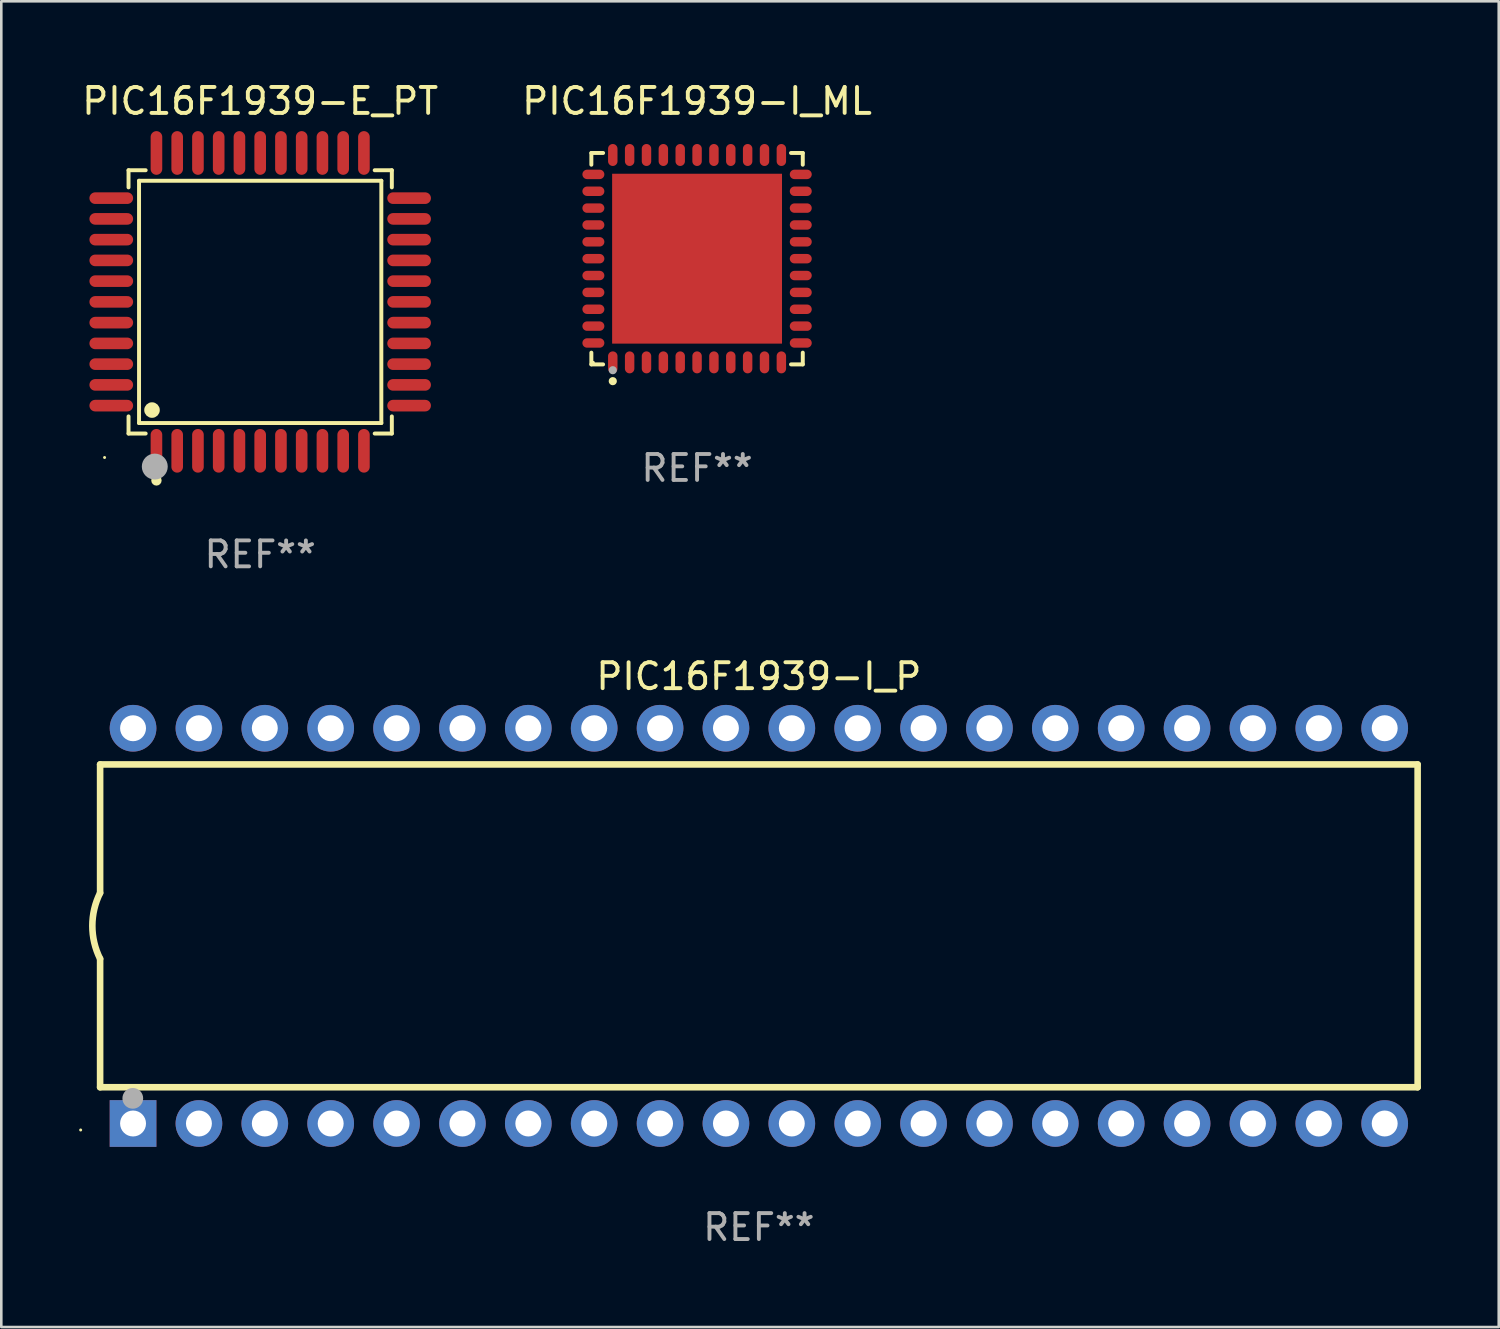
<source format=kicad_pcb>
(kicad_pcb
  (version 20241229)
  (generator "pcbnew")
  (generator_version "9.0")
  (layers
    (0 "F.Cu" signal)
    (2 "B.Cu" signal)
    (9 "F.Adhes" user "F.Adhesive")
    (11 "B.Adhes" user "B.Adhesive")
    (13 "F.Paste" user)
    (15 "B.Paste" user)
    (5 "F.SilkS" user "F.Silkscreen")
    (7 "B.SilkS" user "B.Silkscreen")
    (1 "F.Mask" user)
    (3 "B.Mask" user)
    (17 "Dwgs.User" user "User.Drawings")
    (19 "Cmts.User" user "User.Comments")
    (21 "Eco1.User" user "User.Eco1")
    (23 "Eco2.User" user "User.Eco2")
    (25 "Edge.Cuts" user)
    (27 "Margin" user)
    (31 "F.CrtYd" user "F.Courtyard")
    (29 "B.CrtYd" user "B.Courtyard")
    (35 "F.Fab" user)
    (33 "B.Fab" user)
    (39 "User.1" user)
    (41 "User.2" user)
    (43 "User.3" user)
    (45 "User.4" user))
  (footprint "PIC16F1939-I_ML"
    (layer "F.Cu")
    (at 23.827 6.924)
    (property "Reference" "PIC16F1939-I_ML" (at 0 -6.076 0) (layer "F.SilkS") (effects (font (size 1 1) (thickness 0.15))))
    (attr through_hole)
    (fp_line (start -4.076 -4.076) (end -3.623 -4.076) (stroke (width 0.152) (type solid)) (layer "F.SilkS"))
    (fp_line (start -4.076 -3.623) (end -4.076 -4.076) (stroke (width 0.152) (type solid)) (layer "F.SilkS"))
    (fp_line (start -4.076 3.623) (end -4.076 4.076) (stroke (width 0.152) (type solid)) (layer "F.SilkS"))
    (fp_line (start -4.076 4.076) (end -3.623 4.076) (stroke (width 0.152) (type solid)) (layer "F.SilkS"))
    (fp_line (start 4.076 -4.076) (end 3.623 -4.076) (stroke (width 0.152) (type solid)) (layer "F.SilkS"))
    (fp_line (start 4.076 -3.623) (end 4.076 -4.076) (stroke (width 0.152) (type solid)) (layer "F.SilkS"))
    (fp_line (start 4.076 3.623) (end 4.076 4.076) (stroke (width 0.152) (type solid)) (layer "F.SilkS"))
    (fp_line (start 4.076 4.076) (end 3.623 4.076) (stroke (width 0.152) (type solid)) (layer "F.SilkS"))
    (fp_circle (center -4 4) (end -3.97 4) (stroke (width 0.06) (type solid)) (fill no) (layer "F.SilkS"))
    (fp_circle (center -3.25 4.722) (end -3.171 4.722) (stroke (width 0.158) (type solid)) (fill no) (layer "F.SilkS"))
    (fp_circle (center -3.25 4.3) (end -3.171 4.3) (stroke (width 0.158) (type solid)) (fill no) (layer "F.Fab"))
    (fp_text user "REF**" (at 0 8.076 0) (layer "F.Fab") (effects (font (size 1 1) (thickness 0.15))))
    (pad "1" smd oval (at -3.25 3.998) (size 0.364 0.847) (layers "F.Cu" "F.Mask" "F.Paste"))
    (pad "2" smd oval (at -2.6 3.998) (size 0.364 0.847) (layers "F.Cu" "F.Mask" "F.Paste"))
    (pad "3" smd oval (at -1.95 3.998) (size 0.364 0.847) (layers "F.Cu" "F.Mask" "F.Paste"))
    (pad "4" smd oval (at -1.3 3.998) (size 0.364 0.847) (layers "F.Cu" "F.Mask" "F.Paste"))
    (pad "5" smd oval (at -0.65 3.998) (size 0.364 0.847) (layers "F.Cu" "F.Mask" "F.Paste"))
    (pad "6" smd oval (at 0 3.998) (size 0.364 0.847) (layers "F.Cu" "F.Mask" "F.Paste"))
    (pad "7" smd oval (at 0.65 3.998) (size 0.364 0.847) (layers "F.Cu" "F.Mask" "F.Paste"))
    (pad "8" smd oval (at 1.3 3.998) (size 0.364 0.847) (layers "F.Cu" "F.Mask" "F.Paste"))
    (pad "9" smd oval (at 1.95 3.998) (size 0.364 0.847) (layers "F.Cu" "F.Mask" "F.Paste"))
    (pad "10" smd oval (at 2.6 3.998) (size 0.364 0.847) (layers "F.Cu" "F.Mask" "F.Paste"))
    (pad "11" smd oval (at 3.25 3.998) (size 0.364 0.847) (layers "F.Cu" "F.Mask" "F.Paste"))
    (pad "12" smd oval (at 3.998 3.25) (size 0.847 0.364) (layers "F.Cu" "F.Mask" "F.Paste"))
    (pad "13" smd oval (at 3.998 2.6) (size 0.847 0.364) (layers "F.Cu" "F.Mask" "F.Paste"))
    (pad "14" smd oval (at 3.998 1.95) (size 0.847 0.364) (layers "F.Cu" "F.Mask" "F.Paste"))
    (pad "15" smd oval (at 3.998 1.3) (size 0.847 0.364) (layers "F.Cu" "F.Mask" "F.Paste"))
    (pad "16" smd oval (at 3.998 0.65) (size 0.847 0.364) (layers "F.Cu" "F.Mask" "F.Paste"))
    (pad "17" smd oval (at 3.998 0) (size 0.847 0.364) (layers "F.Cu" "F.Mask" "F.Paste"))
    (pad "18" smd oval (at 3.998 -0.65) (size 0.847 0.364) (layers "F.Cu" "F.Mask" "F.Paste"))
    (pad "19" smd oval (at 3.998 -1.3) (size 0.847 0.364) (layers "F.Cu" "F.Mask" "F.Paste"))
    (pad "20" smd oval (at 3.998 -1.95) (size 0.847 0.364) (layers "F.Cu" "F.Mask" "F.Paste"))
    (pad "21" smd oval (at 3.998 -2.6) (size 0.847 0.364) (layers "F.Cu" "F.Mask" "F.Paste"))
    (pad "22" smd oval (at 3.998 -3.25) (size 0.847 0.364) (layers "F.Cu" "F.Mask" "F.Paste"))
    (pad "23" smd oval (at 3.25 -3.998) (size 0.364 0.847) (layers "F.Cu" "F.Mask" "F.Paste"))
    (pad "24" smd oval (at 2.6 -3.998) (size 0.364 0.847) (layers "F.Cu" "F.Mask" "F.Paste"))
    (pad "25" smd oval (at 1.95 -3.998) (size 0.364 0.847) (layers "F.Cu" "F.Mask" "F.Paste"))
    (pad "26" smd oval (at 1.3 -3.998) (size 0.364 0.847) (layers "F.Cu" "F.Mask" "F.Paste"))
    (pad "27" smd oval (at 0.65 -3.998) (size 0.364 0.847) (layers "F.Cu" "F.Mask" "F.Paste"))
    (pad "28" smd oval (at 0 -3.998) (size 0.364 0.847) (layers "F.Cu" "F.Mask" "F.Paste"))
    (pad "29" smd oval (at -0.65 -3.998) (size 0.364 0.847) (layers "F.Cu" "F.Mask" "F.Paste"))
    (pad "30" smd oval (at -1.3 -3.998) (size 0.364 0.847) (layers "F.Cu" "F.Mask" "F.Paste"))
    (pad "31" smd oval (at -1.95 -3.998) (size 0.364 0.847) (layers "F.Cu" "F.Mask" "F.Paste"))
    (pad "32" smd oval (at -2.6 -3.998) (size 0.364 0.847) (layers "F.Cu" "F.Mask" "F.Paste"))
    (pad "33" smd oval (at -3.25 -3.998) (size 0.364 0.847) (layers "F.Cu" "F.Mask" "F.Paste"))
    (pad "34" smd oval (at -3.998 -3.25) (size 0.847 0.364) (layers "F.Cu" "F.Mask" "F.Paste"))
    (pad "35" smd oval (at -3.998 -2.6) (size 0.847 0.364) (layers "F.Cu" "F.Mask" "F.Paste"))
    (pad "36" smd oval (at -3.998 -1.95) (size 0.847 0.364) (layers "F.Cu" "F.Mask" "F.Paste"))
    (pad "37" smd oval (at -3.998 -1.3) (size 0.847 0.364) (layers "F.Cu" "F.Mask" "F.Paste"))
    (pad "38" smd oval (at -3.998 -0.65) (size 0.847 0.364) (layers "F.Cu" "F.Mask" "F.Paste"))
    (pad "39" smd oval (at -3.998 0) (size 0.847 0.364) (layers "F.Cu" "F.Mask" "F.Paste"))
    (pad "40" smd oval (at -3.998 0.65) (size 0.847 0.364) (layers "F.Cu" "F.Mask" "F.Paste"))
    (pad "41" smd oval (at -3.998 1.3) (size 0.847 0.364) (layers "F.Cu" "F.Mask" "F.Paste"))
    (pad "42" smd oval (at -3.998 1.95) (size 0.847 0.364) (layers "F.Cu" "F.Mask" "F.Paste"))
    (pad "43" smd oval (at -3.998 2.6) (size 0.847 0.364) (layers "F.Cu" "F.Mask" "F.Paste"))
    (pad "44" smd oval (at -3.998 3.25) (size 0.847 0.364) (layers "F.Cu" "F.Mask" "F.Paste"))
    (pad "45" smd rect (at 0 0) (size 6.55 6.55) (layers "F.Cu" "F.Mask" "F.Paste")))
  (footprint "PIC16F1939-I_P"
    (layer "F.Cu")
    (at 26.21 32.649)
    (property "Reference" "PIC16F1939-I_P" (at 0 -9.62 0) (layer "F.SilkS") (effects (font (size 1 1) (thickness 0.15))))
    (attr through_hole)
    (fp_line (start -25.4 -6.224) (end -25.4 -1.271) (stroke (width 0.254) (type solid)) (layer "F.SilkS"))
    (fp_line (start -25.4 -6.224) (end 25.4 -6.224) (stroke (width 0.254) (type solid)) (layer "F.SilkS"))
    (fp_line (start -25.4 1.269) (end -25.4 6.222) (stroke (width 0.254) (type solid)) (layer "F.SilkS"))
    (fp_line (start -25.4 6.222) (end 25.4 6.222) (stroke (width 0.254) (type solid)) (layer "F.SilkS"))
    (fp_line (start 25.4 6.222) (end 25.4 -6.224) (stroke (width 0.254) (type solid)) (layer "F.SilkS"))
    (fp_arc (start -25.4 1.269241) (mid -25.699807 -0.000762) (end -25.4 -1.270765) (stroke (width 0.254001) (type solid)) (layer "F.SilkS"))
    (fp_circle (center -26.15 7.87) (end -26.12 7.87) (stroke (width 0.06) (type solid)) (fill no) (layer "F.SilkS"))
    (fp_circle (center -24.14 6.65) (end -23.94 6.65) (stroke (width 0.4) (type solid)) (fill no) (layer "F.Fab"))
    (fp_text user "REF**" (at 0 11.62 0) (layer "F.Fab") (effects (font (size 1 1) (thickness 0.15))))
    (pad "1" thru_hole rect (at -24.13 7.62 90) (size 1.8 1.8) (drill 1) (layers "*.Cu" "*.Mask"))
    (pad "2" thru_hole circle (at -21.59 7.62) (size 1.8 1.8) (drill 1) (layers "*.Cu" "*.Mask"))
    (pad "3" thru_hole circle (at -19.05 7.62) (size 1.8 1.8) (drill 1) (layers "*.Cu" "*.Mask"))
    (pad "4" thru_hole circle (at -16.51 7.62) (size 1.8 1.8) (drill 1) (layers "*.Cu" "*.Mask"))
    (pad "5" thru_hole circle (at -13.97 7.62) (size 1.8 1.8) (drill 1) (layers "*.Cu" "*.Mask"))
    (pad "6" thru_hole circle (at -11.43 7.62) (size 1.8 1.8) (drill 1) (layers "*.Cu" "*.Mask"))
    (pad "7" thru_hole circle (at -8.89 7.62) (size 1.8 1.8) (drill 1) (layers "*.Cu" "*.Mask"))
    (pad "8" thru_hole circle (at -6.35 7.62) (size 1.8 1.8) (drill 1) (layers "*.Cu" "*.Mask"))
    (pad "9" thru_hole circle (at -3.81 7.62) (size 1.8 1.8) (drill 1) (layers "*.Cu" "*.Mask"))
    (pad "10" thru_hole circle (at -1.27 7.62) (size 1.8 1.8) (drill 1) (layers "*.Cu" "*.Mask"))
    (pad "11" thru_hole circle (at 1.27 7.62) (size 1.8 1.8) (drill 1) (layers "*.Cu" "*.Mask"))
    (pad "12" thru_hole circle (at 3.81 7.62) (size 1.8 1.8) (drill 1) (layers "*.Cu" "*.Mask"))
    (pad "13" thru_hole circle (at 6.35 7.62) (size 1.8 1.8) (drill 1) (layers "*.Cu" "*.Mask"))
    (pad "14" thru_hole circle (at 8.89 7.62) (size 1.8 1.8) (drill 1) (layers "*.Cu" "*.Mask"))
    (pad "15" thru_hole circle (at 11.43 7.62) (size 1.8 1.8) (drill 1) (layers "*.Cu" "*.Mask"))
    (pad "16" thru_hole circle (at 13.97 7.62) (size 1.8 1.8) (drill 1) (layers "*.Cu" "*.Mask"))
    (pad "17" thru_hole circle (at 16.51 7.62) (size 1.8 1.8) (drill 1) (layers "*.Cu" "*.Mask"))
    (pad "18" thru_hole circle (at 19.05 7.62) (size 1.8 1.8) (drill 1) (layers "*.Cu" "*.Mask"))
    (pad "19" thru_hole circle (at 21.59 7.62) (size 1.8 1.8) (drill 1) (layers "*.Cu" "*.Mask"))
    (pad "20" thru_hole circle (at 24.13 7.62) (size 1.8 1.8) (drill 1) (layers "*.Cu" "*.Mask"))
    (pad "21" thru_hole circle (at 24.13 -7.62) (size 1.8 1.8) (drill 1) (layers "*.Cu" "*.Mask"))
    (pad "22" thru_hole circle (at 21.59 -7.62) (size 1.8 1.8) (drill 1) (layers "*.Cu" "*.Mask"))
    (pad "23" thru_hole circle (at 19.05 -7.62) (size 1.8 1.8) (drill 1) (layers "*.Cu" "*.Mask"))
    (pad "24" thru_hole circle (at 16.51 -7.62) (size 1.8 1.8) (drill 1) (layers "*.Cu" "*.Mask"))
    (pad "25" thru_hole circle (at 13.97 -7.62) (size 1.8 1.8) (drill 1) (layers "*.Cu" "*.Mask"))
    (pad "26" thru_hole circle (at 11.43 -7.62) (size 1.8 1.8) (drill 1) (layers "*.Cu" "*.Mask"))
    (pad "27" thru_hole circle (at 8.89 -7.62) (size 1.8 1.8) (drill 1) (layers "*.Cu" "*.Mask"))
    (pad "28" thru_hole circle (at 6.35 -7.62) (size 1.8 1.8) (drill 1) (layers "*.Cu" "*.Mask"))
    (pad "29" thru_hole circle (at 3.81 -7.62) (size 1.8 1.8) (drill 1) (layers "*.Cu" "*.Mask"))
    (pad "30" thru_hole circle (at 1.27 -7.62) (size 1.8 1.8) (drill 1) (layers "*.Cu" "*.Mask"))
    (pad "31" thru_hole circle (at -1.27 -7.62) (size 1.8 1.8) (drill 1) (layers "*.Cu" "*.Mask"))
    (pad "32" thru_hole circle (at -3.81 -7.62) (size 1.8 1.8) (drill 1) (layers "*.Cu" "*.Mask"))
    (pad "33" thru_hole circle (at -6.35 -7.62) (size 1.8 1.8) (drill 1) (layers "*.Cu" "*.Mask"))
    (pad "34" thru_hole circle (at -8.89 -7.62) (size 1.8 1.8) (drill 1) (layers "*.Cu" "*.Mask"))
    (pad "35" thru_hole circle (at -11.43 -7.62) (size 1.8 1.8) (drill 1) (layers "*.Cu" "*.Mask"))
    (pad "36" thru_hole circle (at -13.97 -7.62) (size 1.8 1.8) (drill 1) (layers "*.Cu" "*.Mask"))
    (pad "37" thru_hole circle (at -16.51 -7.62) (size 1.8 1.8) (drill 1) (layers "*.Cu" "*.Mask"))
    (pad "38" thru_hole circle (at -19.05 -7.62) (size 1.8 1.8) (drill 1) (layers "*.Cu" "*.Mask"))
    (pad "39" thru_hole circle (at -21.59 -7.62) (size 1.8 1.8) (drill 1) (layers "*.Cu" "*.Mask"))
    (pad "40" thru_hole circle (at -24.13 -7.62) (size 1.8 1.8) (drill 1) (layers "*.Cu" "*.Mask")))
  (footprint "PIC16F1939-E_PT"
    (layer "F.Cu")
    (at 6.982 8.59)
    (property "Reference" "PIC16F1939-E_PT" (at 0 -7.742 0) (layer "F.SilkS") (effects (font (size 1 1) (thickness 0.15))))
    (attr through_hole)
    (fp_line (start -5.076 -5.076) (end -4.415 -5.076) (stroke (width 0.152) (type solid)) (layer "F.SilkS"))
    (fp_line (start -5.076 -4.415) (end -5.076 -5.076) (stroke (width 0.152) (type solid)) (layer "F.SilkS"))
    (fp_line (start -5.076 4.415) (end -5.076 5.076) (stroke (width 0.152) (type solid)) (layer "F.SilkS"))
    (fp_line (start -5.076 5.076) (end -4.415 5.076) (stroke (width 0.152) (type solid)) (layer "F.SilkS"))
    (fp_line (start -4.671 -4.671) (end 4.671 -4.671) (stroke (width 0.152) (type solid)) (layer "F.SilkS"))
    (fp_line (start -4.671 4.671) (end -4.671 -4.671) (stroke (width 0.152) (type solid)) (layer "F.SilkS"))
    (fp_line (start 4.671 -4.671) (end 4.671 4.671) (stroke (width 0.152) (type solid)) (layer "F.SilkS"))
    (fp_line (start 4.671 4.671) (end -4.671 4.671) (stroke (width 0.152) (type solid)) (layer "F.SilkS"))
    (fp_line (start 5.076 -5.076) (end 4.415 -5.076) (stroke (width 0.152) (type solid)) (layer "F.SilkS"))
    (fp_line (start 5.076 -4.415) (end 5.076 -5.076) (stroke (width 0.152) (type solid)) (layer "F.SilkS"))
    (fp_line (start 5.076 4.415) (end 5.076 5.076) (stroke (width 0.152) (type solid)) (layer "F.SilkS"))
    (fp_line (start 5.076 5.076) (end 4.415 5.076) (stroke (width 0.152) (type solid)) (layer "F.SilkS"))
    (fp_circle (center -6 6) (end -5.97 6) (stroke (width 0.06) (type solid)) (fill no) (layer "F.SilkS"))
    (fp_circle (center -4.171 4.171) (end -4.021 4.171) (stroke (width 0.3) (type solid)) (fill no) (layer "F.SilkS"))
    (fp_circle (center -4 6.884) (end -3.9 6.884) (stroke (width 0.2) (type solid)) (fill no) (layer "F.SilkS"))
    (fp_circle (center -4.064 6.35) (end -3.814 6.35) (stroke (width 0.5) (type solid)) (fill no) (layer "F.Fab"))
    (fp_text user "REF**" (at 0 9.742 0) (layer "F.Fab") (effects (font (size 1 1) (thickness 0.15))))
    (pad "1" smd oval (at -4 5.742) (size 0.448 1.684) (layers "F.Cu" "F.Mask" "F.Paste"))
    (pad "2" smd oval (at -3.2 5.742) (size 0.448 1.684) (layers "F.Cu" "F.Mask" "F.Paste"))
    (pad "3" smd oval (at -2.4 5.742) (size 0.448 1.684) (layers "F.Cu" "F.Mask" "F.Paste"))
    (pad "4" smd oval (at -1.6 5.742) (size 0.448 1.684) (layers "F.Cu" "F.Mask" "F.Paste"))
    (pad "5" smd oval (at -0.8 5.742) (size 0.448 1.684) (layers "F.Cu" "F.Mask" "F.Paste"))
    (pad "6" smd oval (at 0 5.742) (size 0.448 1.684) (layers "F.Cu" "F.Mask" "F.Paste"))
    (pad "7" smd oval (at 0.8 5.742) (size 0.448 1.684) (layers "F.Cu" "F.Mask" "F.Paste"))
    (pad "8" smd oval (at 1.6 5.742) (size 0.448 1.684) (layers "F.Cu" "F.Mask" "F.Paste"))
    (pad "9" smd oval (at 2.4 5.742) (size 0.448 1.684) (layers "F.Cu" "F.Mask" "F.Paste"))
    (pad "10" smd oval (at 3.2 5.742) (size 0.448 1.684) (layers "F.Cu" "F.Mask" "F.Paste"))
    (pad "11" smd oval (at 4 5.742) (size 0.448 1.684) (layers "F.Cu" "F.Mask" "F.Paste"))
    (pad "12" smd oval (at 5.742 4) (size 1.684 0.448) (layers "F.Cu" "F.Mask" "F.Paste"))
    (pad "13" smd oval (at 5.742 3.2) (size 1.684 0.448) (layers "F.Cu" "F.Mask" "F.Paste"))
    (pad "14" smd oval (at 5.742 2.4) (size 1.684 0.448) (layers "F.Cu" "F.Mask" "F.Paste"))
    (pad "15" smd oval (at 5.742 1.6) (size 1.684 0.448) (layers "F.Cu" "F.Mask" "F.Paste"))
    (pad "16" smd oval (at 5.742 0.8) (size 1.684 0.448) (layers "F.Cu" "F.Mask" "F.Paste"))
    (pad "17" smd oval (at 5.742 0) (size 1.684 0.448) (layers "F.Cu" "F.Mask" "F.Paste"))
    (pad "18" smd oval (at 5.742 -0.8) (size 1.684 0.448) (layers "F.Cu" "F.Mask" "F.Paste"))
    (pad "19" smd oval (at 5.742 -1.6) (size 1.684 0.448) (layers "F.Cu" "F.Mask" "F.Paste"))
    (pad "20" smd oval (at 5.742 -2.4) (size 1.684 0.448) (layers "F.Cu" "F.Mask" "F.Paste"))
    (pad "21" smd oval (at 5.742 -3.2) (size 1.684 0.448) (layers "F.Cu" "F.Mask" "F.Paste"))
    (pad "22" smd oval (at 5.742 -4) (size 1.684 0.448) (layers "F.Cu" "F.Mask" "F.Paste"))
    (pad "23" smd oval (at 4 -5.742) (size 0.448 1.684) (layers "F.Cu" "F.Mask" "F.Paste"))
    (pad "24" smd oval (at 3.2 -5.742) (size 0.448 1.684) (layers "F.Cu" "F.Mask" "F.Paste"))
    (pad "25" smd oval (at 2.4 -5.742) (size 0.448 1.684) (layers "F.Cu" "F.Mask" "F.Paste"))
    (pad "26" smd oval (at 1.6 -5.742) (size 0.448 1.684) (layers "F.Cu" "F.Mask" "F.Paste"))
    (pad "27" smd oval (at 0.8 -5.742) (size 0.448 1.684) (layers "F.Cu" "F.Mask" "F.Paste"))
    (pad "28" smd oval (at 0 -5.742) (size 0.448 1.684) (layers "F.Cu" "F.Mask" "F.Paste"))
    (pad "29" smd oval (at -0.8 -5.742) (size 0.448 1.684) (layers "F.Cu" "F.Mask" "F.Paste"))
    (pad "30" smd oval (at -1.6 -5.742) (size 0.448 1.684) (layers "F.Cu" "F.Mask" "F.Paste"))
    (pad "31" smd oval (at -2.4 -5.742) (size 0.448 1.684) (layers "F.Cu" "F.Mask" "F.Paste"))
    (pad "32" smd oval (at -3.2 -5.742) (size 0.448 1.684) (layers "F.Cu" "F.Mask" "F.Paste"))
    (pad "33" smd oval (at -4 -5.742) (size 0.448 1.684) (layers "F.Cu" "F.Mask" "F.Paste"))
    (pad "34" smd oval (at -5.742 -4) (size 1.684 0.448) (layers "F.Cu" "F.Mask" "F.Paste"))
    (pad "35" smd oval (at -5.742 -3.2) (size 1.684 0.448) (layers "F.Cu" "F.Mask" "F.Paste"))
    (pad "36" smd oval (at -5.742 -2.4) (size 1.684 0.448) (layers "F.Cu" "F.Mask" "F.Paste"))
    (pad "37" smd oval (at -5.742 -1.6) (size 1.684 0.448) (layers "F.Cu" "F.Mask" "F.Paste"))
    (pad "38" smd oval (at -5.742 -0.8) (size 1.684 0.448) (layers "F.Cu" "F.Mask" "F.Paste"))
    (pad "39" smd oval (at -5.742 0) (size 1.684 0.448) (layers "F.Cu" "F.Mask" "F.Paste"))
    (pad "40" smd oval (at -5.742 0.8) (size 1.684 0.448) (layers "F.Cu" "F.Mask" "F.Paste"))
    (pad "41" smd oval (at -5.742 1.6) (size 1.684 0.448) (layers "F.Cu" "F.Mask" "F.Paste"))
    (pad "42" smd oval (at -5.742 2.4) (size 1.684 0.448) (layers "F.Cu" "F.Mask" "F.Paste"))
    (pad "43" smd oval (at -5.742 3.2) (size 1.684 0.448) (layers "F.Cu" "F.Mask" "F.Paste"))
    (pad "44" smd oval (at -5.742 4) (size 1.684 0.448) (layers "F.Cu" "F.Mask" "F.Paste")))
  (gr_rect
    (start -3 -3)
    (end 54.737 48.117)
    (stroke (width 0.1) (type default))
    (fill no)
    (layer "Edge.Cuts")))
</source>
